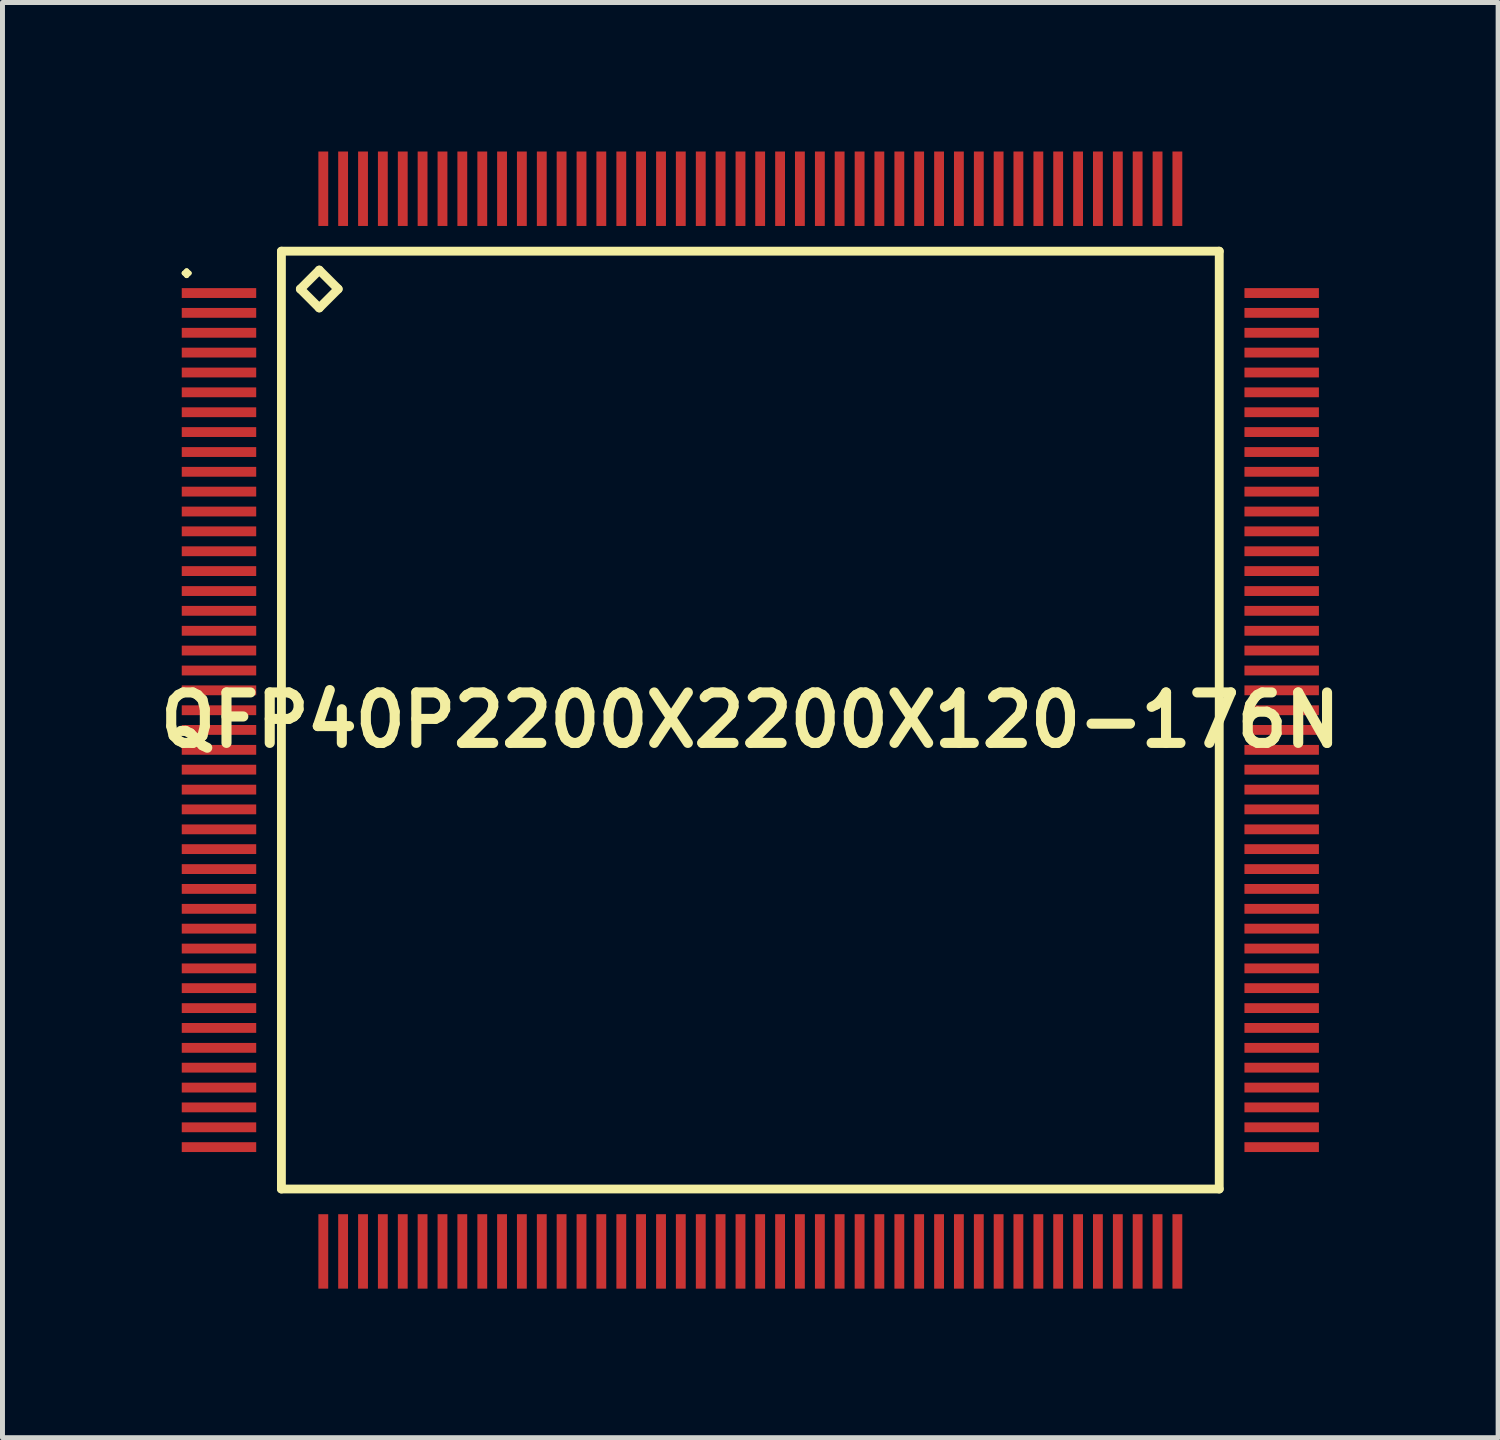
<source format=kicad_pcb>
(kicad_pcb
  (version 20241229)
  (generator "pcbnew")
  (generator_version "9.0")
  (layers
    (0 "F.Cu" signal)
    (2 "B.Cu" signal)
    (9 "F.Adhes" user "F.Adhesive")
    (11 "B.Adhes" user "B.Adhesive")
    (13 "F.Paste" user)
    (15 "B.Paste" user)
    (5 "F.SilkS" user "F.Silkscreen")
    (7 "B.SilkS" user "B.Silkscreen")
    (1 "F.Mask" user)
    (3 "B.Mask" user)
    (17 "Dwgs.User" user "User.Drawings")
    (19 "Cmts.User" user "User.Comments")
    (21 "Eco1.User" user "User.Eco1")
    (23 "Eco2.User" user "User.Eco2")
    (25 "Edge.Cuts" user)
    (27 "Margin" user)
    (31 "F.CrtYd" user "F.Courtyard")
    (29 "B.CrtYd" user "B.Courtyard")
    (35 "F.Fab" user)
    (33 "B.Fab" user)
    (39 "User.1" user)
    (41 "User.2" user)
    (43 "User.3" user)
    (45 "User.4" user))
  (footprint "QFP40P2200X2200X120-176N"
    (layer "F.Cu")
    (at 12.057 11.448)
    (property "Reference" "QFP40P2200X2200X120-176N" (at 0 0 0) (layer "F.SilkS") (effects (font (size 1.016 1.016) (thickness 0.203))))
    (attr smd)
    (fp_line (start -11.4 -8.999) (end -11.349 -9.047) (stroke (width 0.099) (type solid)) (layer "F.SilkS"))
    (fp_line (start -11.349 -9.047) (end -11.298 -8.999) (stroke (width 0.099) (type solid)) (layer "F.SilkS"))
    (fp_line (start -11.349 -8.948) (end -11.4 -8.999) (stroke (width 0.099) (type solid)) (layer "F.SilkS"))
    (fp_line (start -11.298 -8.999) (end -11.349 -8.948) (stroke (width 0.099) (type solid)) (layer "F.SilkS"))
    (fp_line (start -9.441 -9.441) (end -9.441 9.441) (stroke (width 0.178) (type solid)) (layer "F.SilkS"))
    (fp_line (start -9.441 9.441) (end 9.441 9.441) (stroke (width 0.178) (type solid)) (layer "F.SilkS"))
    (fp_line (start -9.06 -8.679) (end -8.679 -9.06) (stroke (width 0.178) (type solid)) (layer "F.SilkS"))
    (fp_line (start -8.679 -9.06) (end -8.298 -8.679) (stroke (width 0.178) (type solid)) (layer "F.SilkS"))
    (fp_line (start -8.679 -8.298) (end -9.06 -8.679) (stroke (width 0.178) (type solid)) (layer "F.SilkS"))
    (fp_line (start -8.298 -8.679) (end -8.679 -8.298) (stroke (width 0.178) (type solid)) (layer "F.SilkS"))
    (fp_line (start 9.441 -9.441) (end -9.441 -9.441) (stroke (width 0.178) (type solid)) (layer "F.SilkS"))
    (fp_line (start 9.441 9.441) (end 9.441 -9.441) (stroke (width 0.178) (type solid)) (layer "F.SilkS"))
    (pad "1" smd rect (at -10.698 -8.598) (size 1.499 0.198) (layers "F.Cu" "F.Mask" "F.Paste"))
    (pad "2" smd rect (at -10.698 -8.199) (size 1.499 0.198) (layers "F.Cu" "F.Mask" "F.Paste"))
    (pad "3" smd rect (at -10.698 -7.798) (size 1.499 0.198) (layers "F.Cu" "F.Mask" "F.Paste"))
    (pad "4" smd rect (at -10.698 -7.399) (size 1.499 0.198) (layers "F.Cu" "F.Mask" "F.Paste"))
    (pad "5" smd rect (at -10.698 -6.998) (size 1.499 0.198) (layers "F.Cu" "F.Mask" "F.Paste"))
    (pad "6" smd rect (at -10.698 -6.599) (size 1.499 0.198) (layers "F.Cu" "F.Mask" "F.Paste"))
    (pad "7" smd rect (at -10.698 -6.198) (size 1.499 0.198) (layers "F.Cu" "F.Mask" "F.Paste"))
    (pad "8" smd rect (at -10.698 -5.799) (size 1.499 0.198) (layers "F.Cu" "F.Mask" "F.Paste"))
    (pad "9" smd rect (at -10.698 -5.397) (size 1.499 0.198) (layers "F.Cu" "F.Mask" "F.Paste"))
    (pad "10" smd rect (at -10.698 -4.999) (size 1.499 0.198) (layers "F.Cu" "F.Mask" "F.Paste"))
    (pad "11" smd rect (at -10.698 -4.6) (size 1.499 0.198) (layers "F.Cu" "F.Mask" "F.Paste"))
    (pad "12" smd rect (at -10.698 -4.199) (size 1.499 0.198) (layers "F.Cu" "F.Mask" "F.Paste"))
    (pad "13" smd rect (at -10.698 -3.8) (size 1.499 0.198) (layers "F.Cu" "F.Mask" "F.Paste"))
    (pad "14" smd rect (at -10.698 -3.399) (size 1.499 0.198) (layers "F.Cu" "F.Mask" "F.Paste"))
    (pad "15" smd rect (at -10.698 -3) (size 1.499 0.198) (layers "F.Cu" "F.Mask" "F.Paste"))
    (pad "16" smd rect (at -10.698 -2.598) (size 1.499 0.198) (layers "F.Cu" "F.Mask" "F.Paste"))
    (pad "17" smd rect (at -10.698 -2.2) (size 1.499 0.198) (layers "F.Cu" "F.Mask" "F.Paste"))
    (pad "18" smd rect (at -10.698 -1.798) (size 1.499 0.198) (layers "F.Cu" "F.Mask" "F.Paste"))
    (pad "19" smd rect (at -10.698 -1.4) (size 1.499 0.198) (layers "F.Cu" "F.Mask" "F.Paste"))
    (pad "20" smd rect (at -10.698 -0.998) (size 1.499 0.198) (layers "F.Cu" "F.Mask" "F.Paste"))
    (pad "21" smd rect (at -10.698 -0.599) (size 1.499 0.198) (layers "F.Cu" "F.Mask" "F.Paste"))
    (pad "22" smd rect (at -10.698 -0.198) (size 1.499 0.198) (layers "F.Cu" "F.Mask" "F.Paste"))
    (pad "23" smd rect (at -10.698 0.198) (size 1.499 0.198) (layers "F.Cu" "F.Mask" "F.Paste"))
    (pad "24" smd rect (at -10.698 0.599) (size 1.499 0.198) (layers "F.Cu" "F.Mask" "F.Paste"))
    (pad "25" smd rect (at -10.698 0.998) (size 1.499 0.198) (layers "F.Cu" "F.Mask" "F.Paste"))
    (pad "26" smd rect (at -10.698 1.4) (size 1.499 0.198) (layers "F.Cu" "F.Mask" "F.Paste"))
    (pad "27" smd rect (at -10.698 1.798) (size 1.499 0.198) (layers "F.Cu" "F.Mask" "F.Paste"))
    (pad "28" smd rect (at -10.698 2.2) (size 1.499 0.198) (layers "F.Cu" "F.Mask" "F.Paste"))
    (pad "29" smd rect (at -10.698 2.598) (size 1.499 0.198) (layers "F.Cu" "F.Mask" "F.Paste"))
    (pad "30" smd rect (at -10.698 3) (size 1.499 0.198) (layers "F.Cu" "F.Mask" "F.Paste"))
    (pad "31" smd rect (at -10.698 3.399) (size 1.499 0.198) (layers "F.Cu" "F.Mask" "F.Paste"))
    (pad "32" smd rect (at -10.698 3.8) (size 1.499 0.198) (layers "F.Cu" "F.Mask" "F.Paste"))
    (pad "33" smd rect (at -10.698 4.199) (size 1.499 0.198) (layers "F.Cu" "F.Mask" "F.Paste"))
    (pad "34" smd rect (at -10.698 4.6) (size 1.499 0.198) (layers "F.Cu" "F.Mask" "F.Paste"))
    (pad "35" smd rect (at -10.698 4.999) (size 1.499 0.198) (layers "F.Cu" "F.Mask" "F.Paste"))
    (pad "36" smd rect (at -10.698 5.397) (size 1.499 0.198) (layers "F.Cu" "F.Mask" "F.Paste"))
    (pad "37" smd rect (at -10.698 5.799) (size 1.499 0.198) (layers "F.Cu" "F.Mask" "F.Paste"))
    (pad "38" smd rect (at -10.698 6.198) (size 1.499 0.198) (layers "F.Cu" "F.Mask" "F.Paste"))
    (pad "39" smd rect (at -10.698 6.599) (size 1.499 0.198) (layers "F.Cu" "F.Mask" "F.Paste"))
    (pad "40" smd rect (at -10.698 6.998) (size 1.499 0.198) (layers "F.Cu" "F.Mask" "F.Paste"))
    (pad "41" smd rect (at -10.698 7.399) (size 1.499 0.198) (layers "F.Cu" "F.Mask" "F.Paste"))
    (pad "42" smd rect (at -10.698 7.798) (size 1.499 0.198) (layers "F.Cu" "F.Mask" "F.Paste"))
    (pad "43" smd rect (at -10.698 8.199) (size 1.499 0.198) (layers "F.Cu" "F.Mask" "F.Paste"))
    (pad "44" smd rect (at -10.698 8.598) (size 1.499 0.198) (layers "F.Cu" "F.Mask" "F.Paste"))
    (pad "45" smd rect (at -8.598 10.698) (size 0.198 1.499) (layers "F.Cu" "F.Mask" "F.Paste"))
    (pad "46" smd rect (at -8.199 10.698) (size 0.198 1.499) (layers "F.Cu" "F.Mask" "F.Paste"))
    (pad "47" smd rect (at -7.798 10.698) (size 0.198 1.499) (layers "F.Cu" "F.Mask" "F.Paste"))
    (pad "48" smd rect (at -7.399 10.698) (size 0.198 1.499) (layers "F.Cu" "F.Mask" "F.Paste"))
    (pad "49" smd rect (at -6.998 10.698) (size 0.198 1.499) (layers "F.Cu" "F.Mask" "F.Paste"))
    (pad "50" smd rect (at -6.599 10.698) (size 0.198 1.499) (layers "F.Cu" "F.Mask" "F.Paste"))
    (pad "51" smd rect (at -6.198 10.698) (size 0.198 1.499) (layers "F.Cu" "F.Mask" "F.Paste"))
    (pad "52" smd rect (at -5.799 10.698) (size 0.198 1.499) (layers "F.Cu" "F.Mask" "F.Paste"))
    (pad "53" smd rect (at -5.397 10.698) (size 0.198 1.499) (layers "F.Cu" "F.Mask" "F.Paste"))
    (pad "54" smd rect (at -4.999 10.698) (size 0.198 1.499) (layers "F.Cu" "F.Mask" "F.Paste"))
    (pad "55" smd rect (at -4.6 10.698) (size 0.198 1.499) (layers "F.Cu" "F.Mask" "F.Paste"))
    (pad "56" smd rect (at -4.199 10.698) (size 0.198 1.499) (layers "F.Cu" "F.Mask" "F.Paste"))
    (pad "57" smd rect (at -3.8 10.698) (size 0.198 1.499) (layers "F.Cu" "F.Mask" "F.Paste"))
    (pad "58" smd rect (at -3.399 10.698) (size 0.198 1.499) (layers "F.Cu" "F.Mask" "F.Paste"))
    (pad "59" smd rect (at -3 10.698) (size 0.198 1.499) (layers "F.Cu" "F.Mask" "F.Paste"))
    (pad "60" smd rect (at -2.598 10.698) (size 0.198 1.499) (layers "F.Cu" "F.Mask" "F.Paste"))
    (pad "61" smd rect (at -2.2 10.698) (size 0.198 1.499) (layers "F.Cu" "F.Mask" "F.Paste"))
    (pad "62" smd rect (at -1.798 10.698) (size 0.198 1.499) (layers "F.Cu" "F.Mask" "F.Paste"))
    (pad "63" smd rect (at -1.4 10.698) (size 0.198 1.499) (layers "F.Cu" "F.Mask" "F.Paste"))
    (pad "64" smd rect (at -0.998 10.698) (size 0.198 1.499) (layers "F.Cu" "F.Mask" "F.Paste"))
    (pad "65" smd rect (at -0.599 10.698) (size 0.198 1.499) (layers "F.Cu" "F.Mask" "F.Paste"))
    (pad "66" smd rect (at -0.198 10.698) (size 0.198 1.499) (layers "F.Cu" "F.Mask" "F.Paste"))
    (pad "67" smd rect (at 0.198 10.698) (size 0.198 1.499) (layers "F.Cu" "F.Mask" "F.Paste"))
    (pad "68" smd rect (at 0.599 10.698) (size 0.198 1.499) (layers "F.Cu" "F.Mask" "F.Paste"))
    (pad "69" smd rect (at 0.998 10.698) (size 0.198 1.499) (layers "F.Cu" "F.Mask" "F.Paste"))
    (pad "70" smd rect (at 1.4 10.698) (size 0.198 1.499) (layers "F.Cu" "F.Mask" "F.Paste"))
    (pad "71" smd rect (at 1.798 10.698) (size 0.198 1.499) (layers "F.Cu" "F.Mask" "F.Paste"))
    (pad "72" smd rect (at 2.2 10.698) (size 0.198 1.499) (layers "F.Cu" "F.Mask" "F.Paste"))
    (pad "73" smd rect (at 2.598 10.698) (size 0.198 1.499) (layers "F.Cu" "F.Mask" "F.Paste"))
    (pad "74" smd rect (at 3 10.698) (size 0.198 1.499) (layers "F.Cu" "F.Mask" "F.Paste"))
    (pad "75" smd rect (at 3.399 10.698) (size 0.198 1.499) (layers "F.Cu" "F.Mask" "F.Paste"))
    (pad "76" smd rect (at 3.8 10.698) (size 0.198 1.499) (layers "F.Cu" "F.Mask" "F.Paste"))
    (pad "77" smd rect (at 4.199 10.698) (size 0.198 1.499) (layers "F.Cu" "F.Mask" "F.Paste"))
    (pad "78" smd rect (at 4.6 10.698) (size 0.198 1.499) (layers "F.Cu" "F.Mask" "F.Paste"))
    (pad "79" smd rect (at 4.999 10.698) (size 0.198 1.499) (layers "F.Cu" "F.Mask" "F.Paste"))
    (pad "80" smd rect (at 5.397 10.698) (size 0.198 1.499) (layers "F.Cu" "F.Mask" "F.Paste"))
    (pad "81" smd rect (at 5.799 10.698) (size 0.198 1.499) (layers "F.Cu" "F.Mask" "F.Paste"))
    (pad "82" smd rect (at 6.198 10.698) (size 0.198 1.499) (layers "F.Cu" "F.Mask" "F.Paste"))
    (pad "83" smd rect (at 6.599 10.698) (size 0.198 1.499) (layers "F.Cu" "F.Mask" "F.Paste"))
    (pad "84" smd rect (at 6.998 10.698) (size 0.198 1.499) (layers "F.Cu" "F.Mask" "F.Paste"))
    (pad "85" smd rect (at 7.399 10.698) (size 0.198 1.499) (layers "F.Cu" "F.Mask" "F.Paste"))
    (pad "86" smd rect (at 7.798 10.698) (size 0.198 1.499) (layers "F.Cu" "F.Mask" "F.Paste"))
    (pad "87" smd rect (at 8.199 10.698) (size 0.198 1.499) (layers "F.Cu" "F.Mask" "F.Paste"))
    (pad "88" smd rect (at 8.598 10.698) (size 0.198 1.499) (layers "F.Cu" "F.Mask" "F.Paste"))
    (pad "89" smd rect (at 10.698 8.598) (size 1.499 0.198) (layers "F.Cu" "F.Mask" "F.Paste"))
    (pad "90" smd rect (at 10.698 8.199) (size 1.499 0.198) (layers "F.Cu" "F.Mask" "F.Paste"))
    (pad "91" smd rect (at 10.698 7.798) (size 1.499 0.198) (layers "F.Cu" "F.Mask" "F.Paste"))
    (pad "92" smd rect (at 10.698 7.399) (size 1.499 0.198) (layers "F.Cu" "F.Mask" "F.Paste"))
    (pad "93" smd rect (at 10.698 6.998) (size 1.499 0.198) (layers "F.Cu" "F.Mask" "F.Paste"))
    (pad "94" smd rect (at 10.698 6.599) (size 1.499 0.198) (layers "F.Cu" "F.Mask" "F.Paste"))
    (pad "95" smd rect (at 10.698 6.198) (size 1.499 0.198) (layers "F.Cu" "F.Mask" "F.Paste"))
    (pad "96" smd rect (at 10.698 5.799) (size 1.499 0.198) (layers "F.Cu" "F.Mask" "F.Paste"))
    (pad "97" smd rect (at 10.698 5.397) (size 1.499 0.198) (layers "F.Cu" "F.Mask" "F.Paste"))
    (pad "98" smd rect (at 10.698 4.999) (size 1.499 0.198) (layers "F.Cu" "F.Mask" "F.Paste"))
    (pad "99" smd rect (at 10.698 4.6) (size 1.499 0.198) (layers "F.Cu" "F.Mask" "F.Paste"))
    (pad "100" smd rect (at 10.698 4.199) (size 1.499 0.198) (layers "F.Cu" "F.Mask" "F.Paste"))
    (pad "101" smd rect (at 10.698 3.8) (size 1.499 0.198) (layers "F.Cu" "F.Mask" "F.Paste"))
    (pad "102" smd rect (at 10.698 3.399) (size 1.499 0.198) (layers "F.Cu" "F.Mask" "F.Paste"))
    (pad "103" smd rect (at 10.698 3) (size 1.499 0.198) (layers "F.Cu" "F.Mask" "F.Paste"))
    (pad "104" smd rect (at 10.698 2.598) (size 1.499 0.198) (layers "F.Cu" "F.Mask" "F.Paste"))
    (pad "105" smd rect (at 10.698 2.2) (size 1.499 0.198) (layers "F.Cu" "F.Mask" "F.Paste"))
    (pad "106" smd rect (at 10.698 1.798) (size 1.499 0.198) (layers "F.Cu" "F.Mask" "F.Paste"))
    (pad "107" smd rect (at 10.698 1.4) (size 1.499 0.198) (layers "F.Cu" "F.Mask" "F.Paste"))
    (pad "108" smd rect (at 10.698 0.998) (size 1.499 0.198) (layers "F.Cu" "F.Mask" "F.Paste"))
    (pad "109" smd rect (at 10.698 0.599) (size 1.499 0.198) (layers "F.Cu" "F.Mask" "F.Paste"))
    (pad "110" smd rect (at 10.698 0.198) (size 1.499 0.198) (layers "F.Cu" "F.Mask" "F.Paste"))
    (pad "111" smd rect (at 10.698 -0.198) (size 1.499 0.198) (layers "F.Cu" "F.Mask" "F.Paste"))
    (pad "112" smd rect (at 10.698 -0.599) (size 1.499 0.198) (layers "F.Cu" "F.Mask" "F.Paste"))
    (pad "113" smd rect (at 10.698 -0.998) (size 1.499 0.198) (layers "F.Cu" "F.Mask" "F.Paste"))
    (pad "114" smd rect (at 10.698 -1.4) (size 1.499 0.198) (layers "F.Cu" "F.Mask" "F.Paste"))
    (pad "115" smd rect (at 10.698 -1.798) (size 1.499 0.198) (layers "F.Cu" "F.Mask" "F.Paste"))
    (pad "116" smd rect (at 10.698 -2.2) (size 1.499 0.198) (layers "F.Cu" "F.Mask" "F.Paste"))
    (pad "117" smd rect (at 10.698 -2.598) (size 1.499 0.198) (layers "F.Cu" "F.Mask" "F.Paste"))
    (pad "118" smd rect (at 10.698 -3) (size 1.499 0.198) (layers "F.Cu" "F.Mask" "F.Paste"))
    (pad "119" smd rect (at 10.698 -3.399) (size 1.499 0.198) (layers "F.Cu" "F.Mask" "F.Paste"))
    (pad "120" smd rect (at 10.698 -3.8) (size 1.499 0.198) (layers "F.Cu" "F.Mask" "F.Paste"))
    (pad "121" smd rect (at 10.698 -4.199) (size 1.499 0.198) (layers "F.Cu" "F.Mask" "F.Paste"))
    (pad "122" smd rect (at 10.698 -4.6) (size 1.499 0.198) (layers "F.Cu" "F.Mask" "F.Paste"))
    (pad "123" smd rect (at 10.698 -4.999) (size 1.499 0.198) (layers "F.Cu" "F.Mask" "F.Paste"))
    (pad "124" smd rect (at 10.698 -5.397) (size 1.499 0.198) (layers "F.Cu" "F.Mask" "F.Paste"))
    (pad "125" smd rect (at 10.698 -5.799) (size 1.499 0.198) (layers "F.Cu" "F.Mask" "F.Paste"))
    (pad "126" smd rect (at 10.698 -6.198) (size 1.499 0.198) (layers "F.Cu" "F.Mask" "F.Paste"))
    (pad "127" smd rect (at 10.698 -6.599) (size 1.499 0.198) (layers "F.Cu" "F.Mask" "F.Paste"))
    (pad "128" smd rect (at 10.698 -6.998) (size 1.499 0.198) (layers "F.Cu" "F.Mask" "F.Paste"))
    (pad "129" smd rect (at 10.698 -7.399) (size 1.499 0.198) (layers "F.Cu" "F.Mask" "F.Paste"))
    (pad "130" smd rect (at 10.698 -7.798) (size 1.499 0.198) (layers "F.Cu" "F.Mask" "F.Paste"))
    (pad "131" smd rect (at 10.698 -8.199) (size 1.499 0.198) (layers "F.Cu" "F.Mask" "F.Paste"))
    (pad "132" smd rect (at 10.698 -8.598) (size 1.499 0.198) (layers "F.Cu" "F.Mask" "F.Paste"))
    (pad "133" smd rect (at 8.598 -10.698) (size 0.198 1.499) (layers "F.Cu" "F.Mask" "F.Paste"))
    (pad "134" smd rect (at 8.199 -10.698) (size 0.198 1.499) (layers "F.Cu" "F.Mask" "F.Paste"))
    (pad "135" smd rect (at 7.798 -10.698) (size 0.198 1.499) (layers "F.Cu" "F.Mask" "F.Paste"))
    (pad "136" smd rect (at 7.399 -10.698) (size 0.198 1.499) (layers "F.Cu" "F.Mask" "F.Paste"))
    (pad "137" smd rect (at 6.998 -10.698) (size 0.198 1.499) (layers "F.Cu" "F.Mask" "F.Paste"))
    (pad "138" smd rect (at 6.599 -10.698) (size 0.198 1.499) (layers "F.Cu" "F.Mask" "F.Paste"))
    (pad "139" smd rect (at 6.198 -10.698) (size 0.198 1.499) (layers "F.Cu" "F.Mask" "F.Paste"))
    (pad "140" smd rect (at 5.799 -10.698) (size 0.198 1.499) (layers "F.Cu" "F.Mask" "F.Paste"))
    (pad "141" smd rect (at 5.397 -10.698) (size 0.198 1.499) (layers "F.Cu" "F.Mask" "F.Paste"))
    (pad "142" smd rect (at 4.999 -10.698) (size 0.198 1.499) (layers "F.Cu" "F.Mask" "F.Paste"))
    (pad "143" smd rect (at 4.6 -10.698) (size 0.198 1.499) (layers "F.Cu" "F.Mask" "F.Paste"))
    (pad "144" smd rect (at 4.199 -10.698) (size 0.198 1.499) (layers "F.Cu" "F.Mask" "F.Paste"))
    (pad "145" smd rect (at 3.8 -10.698) (size 0.198 1.499) (layers "F.Cu" "F.Mask" "F.Paste"))
    (pad "146" smd rect (at 3.399 -10.698) (size 0.198 1.499) (layers "F.Cu" "F.Mask" "F.Paste"))
    (pad "147" smd rect (at 3 -10.698) (size 0.198 1.499) (layers "F.Cu" "F.Mask" "F.Paste"))
    (pad "148" smd rect (at 2.598 -10.698) (size 0.198 1.499) (layers "F.Cu" "F.Mask" "F.Paste"))
    (pad "149" smd rect (at 2.2 -10.698) (size 0.198 1.499) (layers "F.Cu" "F.Mask" "F.Paste"))
    (pad "150" smd rect (at 1.798 -10.698) (size 0.198 1.499) (layers "F.Cu" "F.Mask" "F.Paste"))
    (pad "151" smd rect (at 1.4 -10.698) (size 0.198 1.499) (layers "F.Cu" "F.Mask" "F.Paste"))
    (pad "152" smd rect (at 0.998 -10.698) (size 0.198 1.499) (layers "F.Cu" "F.Mask" "F.Paste"))
    (pad "153" smd rect (at 0.599 -10.698) (size 0.198 1.499) (layers "F.Cu" "F.Mask" "F.Paste"))
    (pad "154" smd rect (at 0.198 -10.698) (size 0.198 1.499) (layers "F.Cu" "F.Mask" "F.Paste"))
    (pad "155" smd rect (at -0.198 -10.698) (size 0.198 1.499) (layers "F.Cu" "F.Mask" "F.Paste"))
    (pad "156" smd rect (at -0.599 -10.698) (size 0.198 1.499) (layers "F.Cu" "F.Mask" "F.Paste"))
    (pad "157" smd rect (at -0.998 -10.698) (size 0.198 1.499) (layers "F.Cu" "F.Mask" "F.Paste"))
    (pad "158" smd rect (at -1.4 -10.698) (size 0.198 1.499) (layers "F.Cu" "F.Mask" "F.Paste"))
    (pad "159" smd rect (at -1.798 -10.698) (size 0.198 1.499) (layers "F.Cu" "F.Mask" "F.Paste"))
    (pad "160" smd rect (at -2.2 -10.698) (size 0.198 1.499) (layers "F.Cu" "F.Mask" "F.Paste"))
    (pad "161" smd rect (at -2.598 -10.698) (size 0.198 1.499) (layers "F.Cu" "F.Mask" "F.Paste"))
    (pad "162" smd rect (at -3 -10.698) (size 0.198 1.499) (layers "F.Cu" "F.Mask" "F.Paste"))
    (pad "163" smd rect (at -3.399 -10.698) (size 0.198 1.499) (layers "F.Cu" "F.Mask" "F.Paste"))
    (pad "164" smd rect (at -3.8 -10.698) (size 0.198 1.499) (layers "F.Cu" "F.Mask" "F.Paste"))
    (pad "165" smd rect (at -4.199 -10.698) (size 0.198 1.499) (layers "F.Cu" "F.Mask" "F.Paste"))
    (pad "166" smd rect (at -4.6 -10.698) (size 0.198 1.499) (layers "F.Cu" "F.Mask" "F.Paste"))
    (pad "167" smd rect (at -4.999 -10.698) (size 0.198 1.499) (layers "F.Cu" "F.Mask" "F.Paste"))
    (pad "168" smd rect (at -5.397 -10.698) (size 0.198 1.499) (layers "F.Cu" "F.Mask" "F.Paste"))
    (pad "169" smd rect (at -5.799 -10.698) (size 0.198 1.499) (layers "F.Cu" "F.Mask" "F.Paste"))
    (pad "170" smd rect (at -6.198 -10.698) (size 0.198 1.499) (layers "F.Cu" "F.Mask" "F.Paste"))
    (pad "171" smd rect (at -6.599 -10.698) (size 0.198 1.499) (layers "F.Cu" "F.Mask" "F.Paste"))
    (pad "172" smd rect (at -6.998 -10.698) (size 0.198 1.499) (layers "F.Cu" "F.Mask" "F.Paste"))
    (pad "173" smd rect (at -7.399 -10.698) (size 0.198 1.499) (layers "F.Cu" "F.Mask" "F.Paste"))
    (pad "174" smd rect (at -7.798 -10.698) (size 0.198 1.499) (layers "F.Cu" "F.Mask" "F.Paste"))
    (pad "175" smd rect (at -8.199 -10.698) (size 0.198 1.499) (layers "F.Cu" "F.Mask" "F.Paste"))
    (pad "176" smd rect (at -8.598 -10.698) (size 0.198 1.499) (layers "F.Cu" "F.Mask" "F.Paste")))
  (gr_rect
    (start -3 -3)
    (end 27.113 25.896)
    (stroke (width 0.1) (type default))
    (fill no)
    (layer "Edge.Cuts")))
</source>
